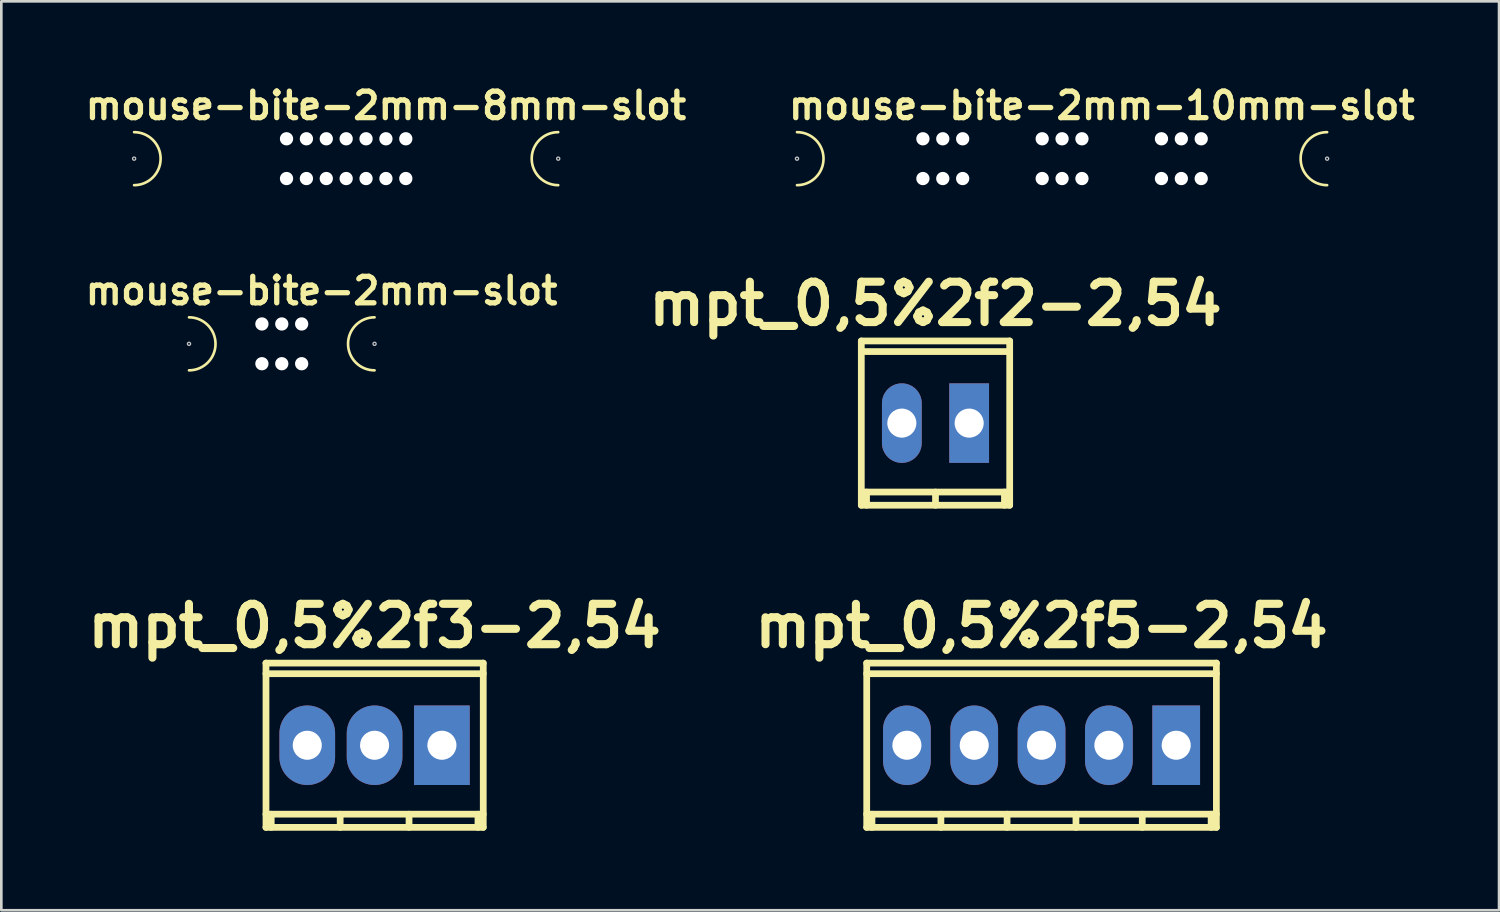
<source format=kicad_pcb>
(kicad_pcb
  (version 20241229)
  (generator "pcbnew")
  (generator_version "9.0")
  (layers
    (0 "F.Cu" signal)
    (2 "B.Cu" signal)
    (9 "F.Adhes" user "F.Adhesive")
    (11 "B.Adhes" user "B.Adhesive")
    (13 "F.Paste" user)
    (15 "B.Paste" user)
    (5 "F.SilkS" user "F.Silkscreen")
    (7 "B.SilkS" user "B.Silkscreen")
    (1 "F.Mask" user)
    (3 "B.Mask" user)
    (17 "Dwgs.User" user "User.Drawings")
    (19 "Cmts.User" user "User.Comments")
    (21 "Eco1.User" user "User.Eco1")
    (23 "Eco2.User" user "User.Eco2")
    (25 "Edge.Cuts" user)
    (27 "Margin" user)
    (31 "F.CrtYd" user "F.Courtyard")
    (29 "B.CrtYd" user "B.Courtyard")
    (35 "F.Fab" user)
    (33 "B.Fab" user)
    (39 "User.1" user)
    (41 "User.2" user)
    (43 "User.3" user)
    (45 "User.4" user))
  (footprint "mouse-bite-2mm-slot"
    (layer "F.Cu")
    (at 7.581 9.922)
    (property "Reference" "mouse-bite-2mm-slot" (at 1.5 -2 0) (layer "F.SilkS") (effects (font (size 1 1) (thickness 0.2))))
    (attr through_hole)
    (fp_arc (start -3.5 -1) (mid -2.5 0) (end -3.5 1) (stroke (width 0.1) (type solid)) (layer "F.SilkS"))
    (fp_arc (start 3.5 1) (mid 2.5 0) (end 3.5 -1) (stroke (width 0.1) (type solid)) (layer "F.SilkS"))
    (fp_circle (center -3.5 0) (end -3.5 -0.06) (stroke (width 0.05) (type solid)) (fill no) (layer "Dwgs.User"))
    (fp_circle (center 3.5 0) (end 3.56 0) (stroke (width 0.05) (type solid)) (fill no) (layer "Dwgs.User"))
    (fp_line (start -3.5 0) (end -3.5 0) (stroke (width 2) (type solid)) (layer "Eco1.User"))
    (fp_line (start 3.5 0) (end 3.5 0) (stroke (width 2) (type solid)) (layer "Eco1.User"))
    (pad "" np_thru_hole circle (at -0.75 -0.75) (size 0.5 0.5) (drill 0.5) (layers "*.Cu" "*.Mask"))
    (pad "" np_thru_hole circle (at -0.75 0.75) (size 0.5 0.5) (drill 0.5) (layers "*.Cu" "*.Mask"))
    (pad "" np_thru_hole circle (at 0 -0.75) (size 0.5 0.5) (drill 0.5) (layers "*.Cu" "*.Mask"))
    (pad "" np_thru_hole circle (at 0 0.75) (size 0.5 0.5) (drill 0.5) (layers "*.Cu" "*.Mask"))
    (pad "" np_thru_hole circle (at 0.75 -0.75) (size 0.5 0.5) (drill 0.5) (layers "*.Cu" "*.Mask"))
    (pad "" np_thru_hole circle (at 0.75 0.75) (size 0.5 0.5) (drill 0.5) (layers "*.Cu" "*.Mask")))
  (footprint "mpt_0,5%2f5-2,54"
    (layer "F.Cu")
    (at 36.245 25.066)
    (property "Reference" "mpt_0,5%2f5-2,54" (at 0 -4.501 0) (layer "F.SilkS") (effects (font (size 1.524 1.524) (thickness 0.305))))
    (attr through_hole)
    (fp_line (start -6.599 -2.7) (end 6.599 -2.7) (stroke (width 0.254) (type solid)) (layer "F.SilkS"))
    (fp_line (start -6.599 2.601) (end 6.599 2.601) (stroke (width 0.254) (type solid)) (layer "F.SilkS"))
    (fp_line (start -6.596 -3.099) (end -6.596 3.099) (stroke (width 0.254) (type solid)) (layer "F.SilkS"))
    (fp_line (start -6.398 3.099) (end -6.398 2.601) (stroke (width 0.254) (type solid)) (layer "F.SilkS"))
    (fp_line (start -3.797 3.099) (end -3.797 2.601) (stroke (width 0.254) (type solid)) (layer "F.SilkS"))
    (fp_line (start -1.3 2.601) (end -1.3 3.099) (stroke (width 0.254) (type solid)) (layer "F.SilkS"))
    (fp_line (start 1.298 2.601) (end 1.298 3.099) (stroke (width 0.254) (type solid)) (layer "F.SilkS"))
    (fp_line (start 3.8 2.601) (end 3.8 3.099) (stroke (width 0.254) (type solid)) (layer "F.SilkS"))
    (fp_line (start 6.398 2.601) (end 6.398 3.099) (stroke (width 0.254) (type solid)) (layer "F.SilkS"))
    (fp_line (start 6.596 3.099) (end 6.596 -3.099) (stroke (width 0.254) (type solid)) (layer "F.SilkS"))
    (fp_line (start 6.599 -3.099) (end -6.599 -3.099) (stroke (width 0.254) (type solid)) (layer "F.SilkS"))
    (fp_line (start 6.599 3.099) (end -6.599 3.099) (stroke (width 0.254) (type solid)) (layer "F.SilkS"))
    (pad "1" thru_hole rect (at 5.08 0) (size 1.8 3) (drill 1.097) (layers "*.Cu" "*.Mask"))
    (pad "2" thru_hole oval (at 2.54 0) (size 1.8 3) (drill 1.097) (layers "*.Cu" "*.Mask"))
    (pad "3" thru_hole oval (at 0 0) (size 1.8 3) (drill 1.097) (layers "*.Cu" "*.Mask"))
    (pad "4" thru_hole oval (at -2.54 0) (size 1.8 3) (drill 1.097) (layers "*.Cu" "*.Mask"))
    (pad "5" thru_hole oval (at -5.08 0) (size 1.8 3) (drill 1.097) (layers "*.Cu" "*.Mask")))
  (footprint "mpt_0,5%2f3-2,54"
    (layer "F.Cu")
    (at 11.082 25.066)
    (property "Reference" "mpt_0,5%2f3-2,54" (at 0 -4.501 0) (layer "F.SilkS") (effects (font (size 1.524 1.524) (thickness 0.305))))
    (attr through_hole)
    (fp_line (start -4.1 3.099) (end 4.1 3.099) (stroke (width 0.254) (type solid)) (layer "F.SilkS"))
    (fp_line (start -4.097 -3.099) (end -4.097 3.099) (stroke (width 0.254) (type solid)) (layer "F.SilkS"))
    (fp_line (start -3.899 3.099) (end -3.899 2.601) (stroke (width 0.254) (type solid)) (layer "F.SilkS"))
    (fp_line (start -1.298 3.099) (end -1.298 2.601) (stroke (width 0.254) (type solid)) (layer "F.SilkS"))
    (fp_line (start 1.3 2.601) (end 1.3 3.099) (stroke (width 0.254) (type solid)) (layer "F.SilkS"))
    (fp_line (start 3.901 2.601) (end 3.901 3.099) (stroke (width 0.254) (type solid)) (layer "F.SilkS"))
    (fp_line (start 4.1 -3.099) (end -4.1 -3.099) (stroke (width 0.254) (type solid)) (layer "F.SilkS"))
    (fp_line (start 4.1 -2.7) (end -4.1 -2.7) (stroke (width 0.254) (type solid)) (layer "F.SilkS"))
    (fp_line (start 4.1 2.601) (end -4.1 2.601) (stroke (width 0.254) (type solid)) (layer "F.SilkS"))
    (fp_line (start 4.1 3.099) (end 4.1 -3.099) (stroke (width 0.254) (type solid)) (layer "F.SilkS"))
    (pad "1" thru_hole rect (at 2.54 0) (size 2.1 3) (drill 1.097) (layers "*.Cu" "*.Mask"))
    (pad "2" thru_hole oval (at 0 0) (size 2.1 3) (drill 1.097) (layers "*.Cu" "*.Mask"))
    (pad "3" thru_hole oval (at -2.54 0) (size 2.1 3) (drill 1.097) (layers "*.Cu" "*.Mask")))
  (footprint "mouse-bite-2mm-8mm-slot"
    (layer "F.Cu")
    (at 10.01 2.936)
    (property "Reference" "mouse-bite-2mm-8mm-slot" (at 1.5 -2 0) (layer "F.SilkS") (effects (font (size 1 1) (thickness 0.2))))
    (attr through_hole)
    (fp_arc (start -8 -1) (mid -7 0) (end -8 1) (stroke (width 0.1) (type solid)) (layer "F.SilkS"))
    (fp_arc (start 8 1) (mid 7 0) (end 8 -1) (stroke (width 0.1) (type solid)) (layer "F.SilkS"))
    (fp_circle (center -8 0) (end -8 -0.06) (stroke (width 0.05) (type solid)) (fill no) (layer "Dwgs.User"))
    (fp_circle (center 8 0) (end 8.06 0) (stroke (width 0.05) (type solid)) (fill no) (layer "Dwgs.User"))
    (fp_line (start -8 0) (end -8 0) (stroke (width 2) (type solid)) (layer "Eco1.User"))
    (fp_line (start 8 0) (end 8 0) (stroke (width 2) (type solid)) (layer "Eco1.User"))
    (pad "" np_thru_hole circle (at -2.25 -0.75) (size 0.5 0.5) (drill 0.5) (layers "*.Cu" "*.Mask"))
    (pad "" np_thru_hole circle (at -2.25 0.75) (size 0.5 0.5) (drill 0.5) (layers "*.Cu" "*.Mask"))
    (pad "" np_thru_hole circle (at -1.5 -0.75) (size 0.5 0.5) (drill 0.5) (layers "*.Cu" "*.Mask"))
    (pad "" np_thru_hole circle (at -1.5 0.75) (size 0.5 0.5) (drill 0.5) (layers "*.Cu" "*.Mask"))
    (pad "" np_thru_hole circle (at -0.75 -0.75) (size 0.5 0.5) (drill 0.5) (layers "*.Cu" "*.Mask"))
    (pad "" np_thru_hole circle (at -0.75 0.75) (size 0.5 0.5) (drill 0.5) (layers "*.Cu" "*.Mask"))
    (pad "" np_thru_hole circle (at 0 -0.75) (size 0.5 0.5) (drill 0.5) (layers "*.Cu" "*.Mask"))
    (pad "" np_thru_hole circle (at 0 0.75) (size 0.5 0.5) (drill 0.5) (layers "*.Cu" "*.Mask"))
    (pad "" np_thru_hole circle (at 0.75 -0.75) (size 0.5 0.5) (drill 0.5) (layers "*.Cu" "*.Mask"))
    (pad "" np_thru_hole circle (at 0.75 0.75) (size 0.5 0.5) (drill 0.5) (layers "*.Cu" "*.Mask"))
    (pad "" np_thru_hole circle (at 1.5 -0.75) (size 0.5 0.5) (drill 0.5) (layers "*.Cu" "*.Mask"))
    (pad "" np_thru_hole circle (at 1.5 0.75) (size 0.5 0.5) (drill 0.5) (layers "*.Cu" "*.Mask"))
    (pad "" np_thru_hole circle (at 2.25 -0.75) (size 0.5 0.5) (drill 0.5) (layers "*.Cu" "*.Mask"))
    (pad "" np_thru_hole circle (at 2.25 0.75) (size 0.5 0.5) (drill 0.5) (layers "*.Cu" "*.Mask")))
  (footprint "mpt_0,5%2f2-2,54"
    (layer "F.Cu")
    (at 32.244 12.913)
    (property "Reference" "mpt_0,5%2f2-2,54" (at 0 -4.501 0) (layer "F.SilkS") (effects (font (size 1.524 1.524) (thickness 0.305))))
    (attr through_hole)
    (fp_line (start -2.799 -3.099) (end -2.799 3.099) (stroke (width 0.254) (type solid)) (layer "F.SilkS"))
    (fp_line (start -2.799 -2.7) (end 2.799 -2.7) (stroke (width 0.254) (type solid)) (layer "F.SilkS"))
    (fp_line (start -2.799 3.099) (end 2.799 3.099) (stroke (width 0.254) (type solid)) (layer "F.SilkS"))
    (fp_line (start -2.601 3.099) (end -2.601 2.601) (stroke (width 0.254) (type solid)) (layer "F.SilkS"))
    (fp_line (start 0 3.099) (end 0 2.601) (stroke (width 0.254) (type solid)) (layer "F.SilkS"))
    (fp_line (start 2.601 2.601) (end 2.601 3.099) (stroke (width 0.254) (type solid)) (layer "F.SilkS"))
    (fp_line (start 2.799 -3.099) (end -2.799 -3.099) (stroke (width 0.254) (type solid)) (layer "F.SilkS"))
    (fp_line (start 2.799 2.601) (end -2.799 2.601) (stroke (width 0.254) (type solid)) (layer "F.SilkS"))
    (fp_line (start 2.799 3.099) (end 2.799 -3.099) (stroke (width 0.254) (type solid)) (layer "F.SilkS"))
    (pad "1" thru_hole rect (at 1.27 0) (size 1.5 3) (drill 1.097) (layers "*.Cu" "*.Mask"))
    (pad "2" thru_hole oval (at -1.27 0) (size 1.5 3) (drill 1.097) (layers "*.Cu" "*.Mask")))
  (footprint "mouse-bite-2mm-10mm-slot"
    (layer "F.Cu")
    (at 37.019 2.936)
    (property "Reference" "mouse-bite-2mm-10mm-slot" (at 1.5 -2 0) (layer "F.SilkS") (effects (font (size 1 1) (thickness 0.2))))
    (attr through_hole)
    (fp_arc (start -10 -1) (mid -9 0) (end -10 1) (stroke (width 0.1) (type solid)) (layer "F.SilkS"))
    (fp_arc (start 10 1) (mid 9 0) (end 10 -1) (stroke (width 0.1) (type solid)) (layer "F.SilkS"))
    (fp_circle (center -10 0) (end -10 -0.06) (stroke (width 0.05) (type solid)) (fill no) (layer "Dwgs.User"))
    (fp_circle (center 10 0) (end 10.06 0) (stroke (width 0.05) (type solid)) (fill no) (layer "Dwgs.User"))
    (fp_line (start -10 0) (end -10 0) (stroke (width 2) (type solid)) (layer "Eco1.User"))
    (fp_line (start 10 0) (end 10 0) (stroke (width 2) (type solid)) (layer "Eco1.User"))
    (pad "" np_thru_hole circle (at -5.25 -0.75) (size 0.5 0.5) (drill 0.5) (layers "*.Cu" "*.Mask"))
    (pad "" np_thru_hole circle (at -5.25 0.75) (size 0.5 0.5) (drill 0.5) (layers "*.Cu" "*.Mask"))
    (pad "" np_thru_hole circle (at -4.5 -0.75) (size 0.5 0.5) (drill 0.5) (layers "*.Cu" "*.Mask"))
    (pad "" np_thru_hole circle (at -4.5 0.75) (size 0.5 0.5) (drill 0.5) (layers "*.Cu" "*.Mask"))
    (pad "" np_thru_hole circle (at -3.75 -0.75) (size 0.5 0.5) (drill 0.5) (layers "*.Cu" "*.Mask"))
    (pad "" np_thru_hole circle (at -3.75 0.75) (size 0.5 0.5) (drill 0.5) (layers "*.Cu" "*.Mask"))
    (pad "" np_thru_hole circle (at -0.75 -0.75) (size 0.5 0.5) (drill 0.5) (layers "*.Cu" "*.Mask"))
    (pad "" np_thru_hole circle (at -0.75 0.75) (size 0.5 0.5) (drill 0.5) (layers "*.Cu" "*.Mask"))
    (pad "" np_thru_hole circle (at 0 -0.75) (size 0.5 0.5) (drill 0.5) (layers "*.Cu" "*.Mask"))
    (pad "" np_thru_hole circle (at 0 0.75) (size 0.5 0.5) (drill 0.5) (layers "*.Cu" "*.Mask"))
    (pad "" np_thru_hole circle (at 0.75 -0.75) (size 0.5 0.5) (drill 0.5) (layers "*.Cu" "*.Mask"))
    (pad "" np_thru_hole circle (at 0.75 0.75) (size 0.5 0.5) (drill 0.5) (layers "*.Cu" "*.Mask"))
    (pad "" np_thru_hole circle (at 3.75 -0.75) (size 0.5 0.5) (drill 0.5) (layers "*.Cu" "*.Mask"))
    (pad "" np_thru_hole circle (at 3.75 0.75) (size 0.5 0.5) (drill 0.5) (layers "*.Cu" "*.Mask"))
    (pad "" np_thru_hole circle (at 4.5 -0.75) (size 0.5 0.5) (drill 0.5) (layers "*.Cu" "*.Mask"))
    (pad "" np_thru_hole circle (at 4.5 0.75) (size 0.5 0.5) (drill 0.5) (layers "*.Cu" "*.Mask"))
    (pad "" np_thru_hole circle (at 5.25 -0.75) (size 0.5 0.5) (drill 0.5) (layers "*.Cu" "*.Mask"))
    (pad "" np_thru_hole circle (at 5.25 0.75) (size 0.5 0.5) (drill 0.5) (layers "*.Cu" "*.Mask")))
  (gr_rect
    (start -3 -3)
    (end 53.505 31.292)
    (stroke (width 0.1) (type default))
    (fill no)
    (layer "Edge.Cuts")))
</source>
